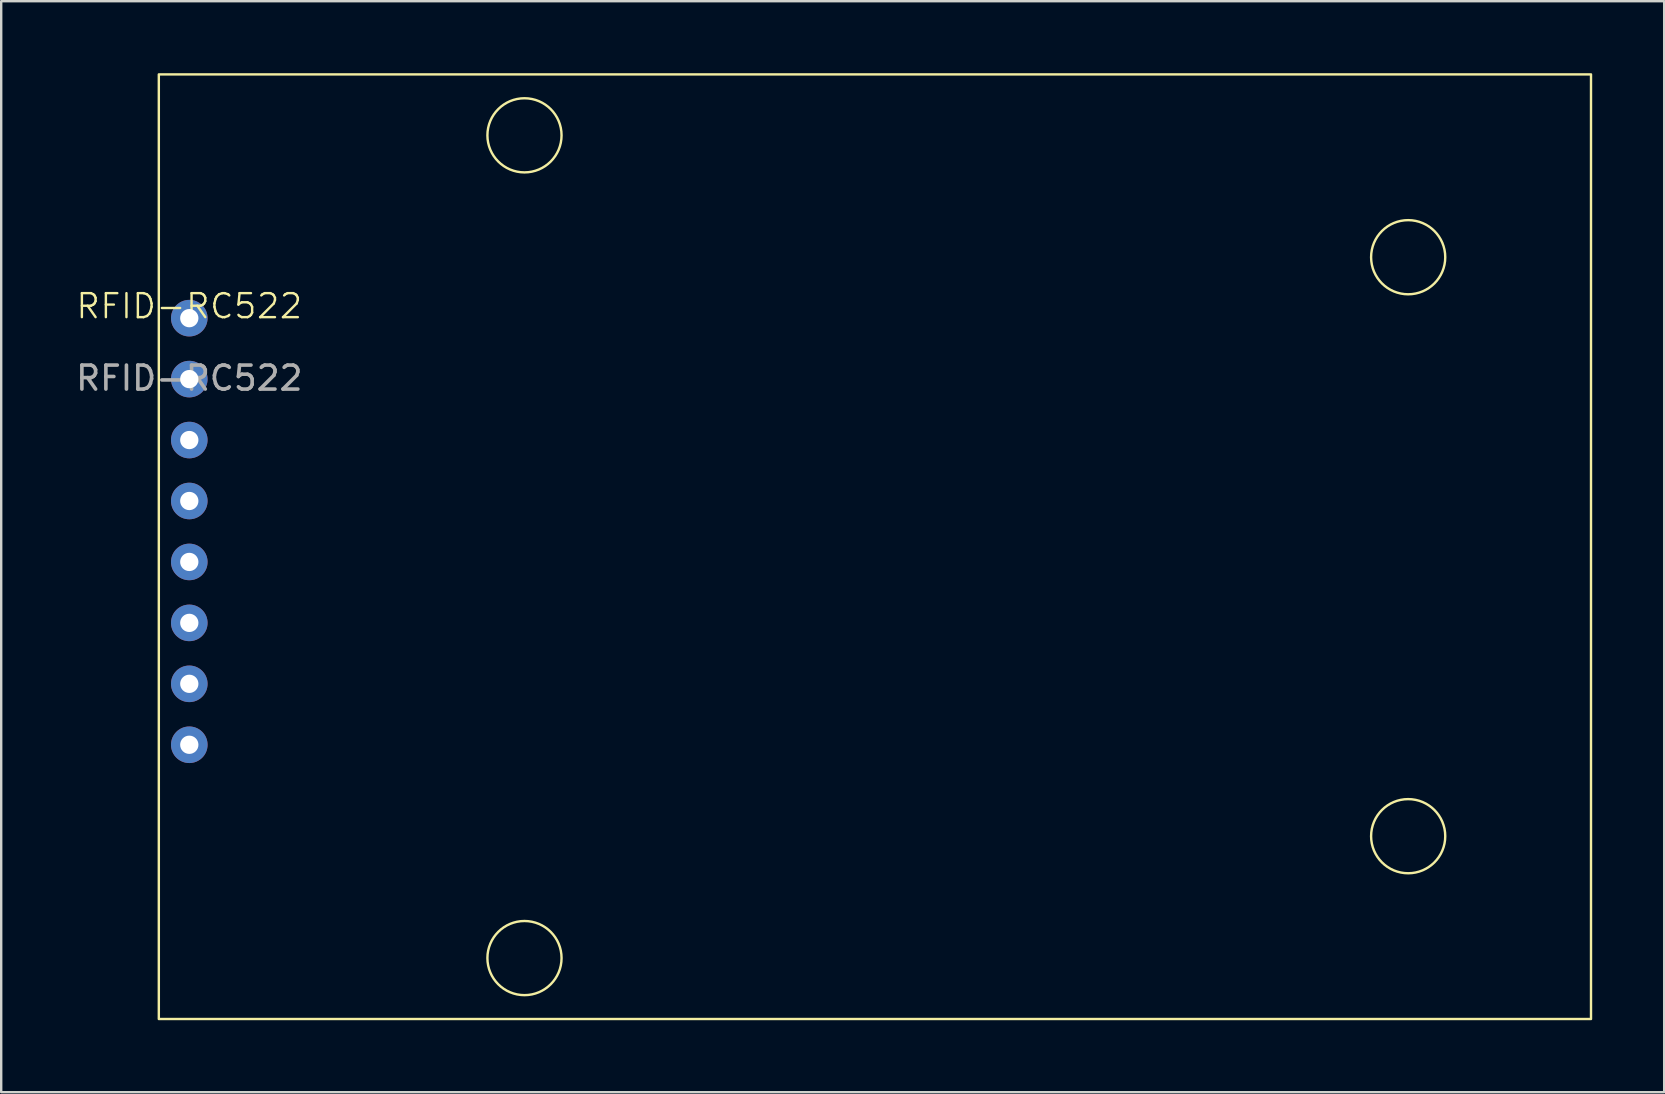
<source format=kicad_pcb>
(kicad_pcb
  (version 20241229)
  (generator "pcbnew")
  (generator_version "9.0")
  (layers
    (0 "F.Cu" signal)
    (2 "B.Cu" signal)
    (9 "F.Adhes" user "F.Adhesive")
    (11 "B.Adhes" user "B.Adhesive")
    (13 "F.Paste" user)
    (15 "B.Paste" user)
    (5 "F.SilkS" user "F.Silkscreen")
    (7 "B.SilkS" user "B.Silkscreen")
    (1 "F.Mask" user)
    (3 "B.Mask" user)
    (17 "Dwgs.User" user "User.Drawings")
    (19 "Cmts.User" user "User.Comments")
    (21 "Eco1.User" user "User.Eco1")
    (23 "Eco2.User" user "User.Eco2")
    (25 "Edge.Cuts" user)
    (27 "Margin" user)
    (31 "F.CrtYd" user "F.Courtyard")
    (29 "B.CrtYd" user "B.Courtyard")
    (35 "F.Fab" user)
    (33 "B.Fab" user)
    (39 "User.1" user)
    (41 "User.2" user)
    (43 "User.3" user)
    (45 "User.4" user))
  (footprint "RFID-RC522"
    (layer "F.Cu")
    (at 4.839 10.21)
    (property "Reference" "RFID-RC522" (at 0 -0.5 0) (unlocked yes) (layer "F.SilkS") (effects (font (size 1 1) (thickness 0.1))))
    (attr through_hole)
    (fp_rect (start -1.27 -10.16) (end 58.42 29.21) (stroke (width 0.1) (type default)) (fill no) (layer "F.SilkS"))
    (fp_circle (center 13.97 -7.62) (end 15.494 -7.874) (stroke (width 0.1) (type default)) (fill no) (layer "F.SilkS"))
    (fp_circle (center 13.97 26.67) (end 15.494 26.416) (stroke (width 0.1) (type default)) (fill no) (layer "F.SilkS"))
    (fp_circle (center 50.8 -2.54) (end 52.324 -2.794) (stroke (width 0.1) (type default)) (fill no) (layer "F.SilkS"))
    (fp_circle (center 50.8 21.59) (end 52.324 21.336) (stroke (width 0.1) (type default)) (fill no) (layer "F.SilkS"))
    (fp_text user "${REFERENCE}" (at 0 2.5 0) (unlocked yes) (layer "F.Fab") (effects (font (size 1 1) (thickness 0.15))))
    (pad "1" thru_hole circle (at 0 0) (size 1.524 1.524) (drill 0.762) (layers "*.Cu" "*.Mask"))
    (pad "2" thru_hole circle (at 0 2.54) (size 1.524 1.524) (drill 0.762) (layers "*.Cu" "*.Mask"))
    (pad "3" thru_hole circle (at 0 5.08) (size 1.524 1.524) (drill 0.762) (layers "*.Cu" "*.Mask"))
    (pad "4" thru_hole circle (at 0 7.62) (size 1.524 1.524) (drill 0.762) (layers "*.Cu" "*.Mask"))
    (pad "5" thru_hole circle (at 0 10.16) (size 1.524 1.524) (drill 0.762) (layers "*.Cu" "*.Mask"))
    (pad "6" thru_hole circle (at 0 12.7) (size 1.524 1.524) (drill 0.762) (layers "*.Cu" "*.Mask"))
    (pad "7" thru_hole circle (at 0 15.24) (size 1.524 1.524) (drill 0.762) (layers "*.Cu" "*.Mask"))
    (pad "8" thru_hole circle (at 0 17.78) (size 1.524 1.524) (drill 0.762) (layers "*.Cu" "*.Mask")))
  (gr_rect
    (start -3 -3)
    (end 66.309 42.47)
    (stroke (width 0.1) (type default))
    (fill no)
    (layer "Edge.Cuts")))
</source>
